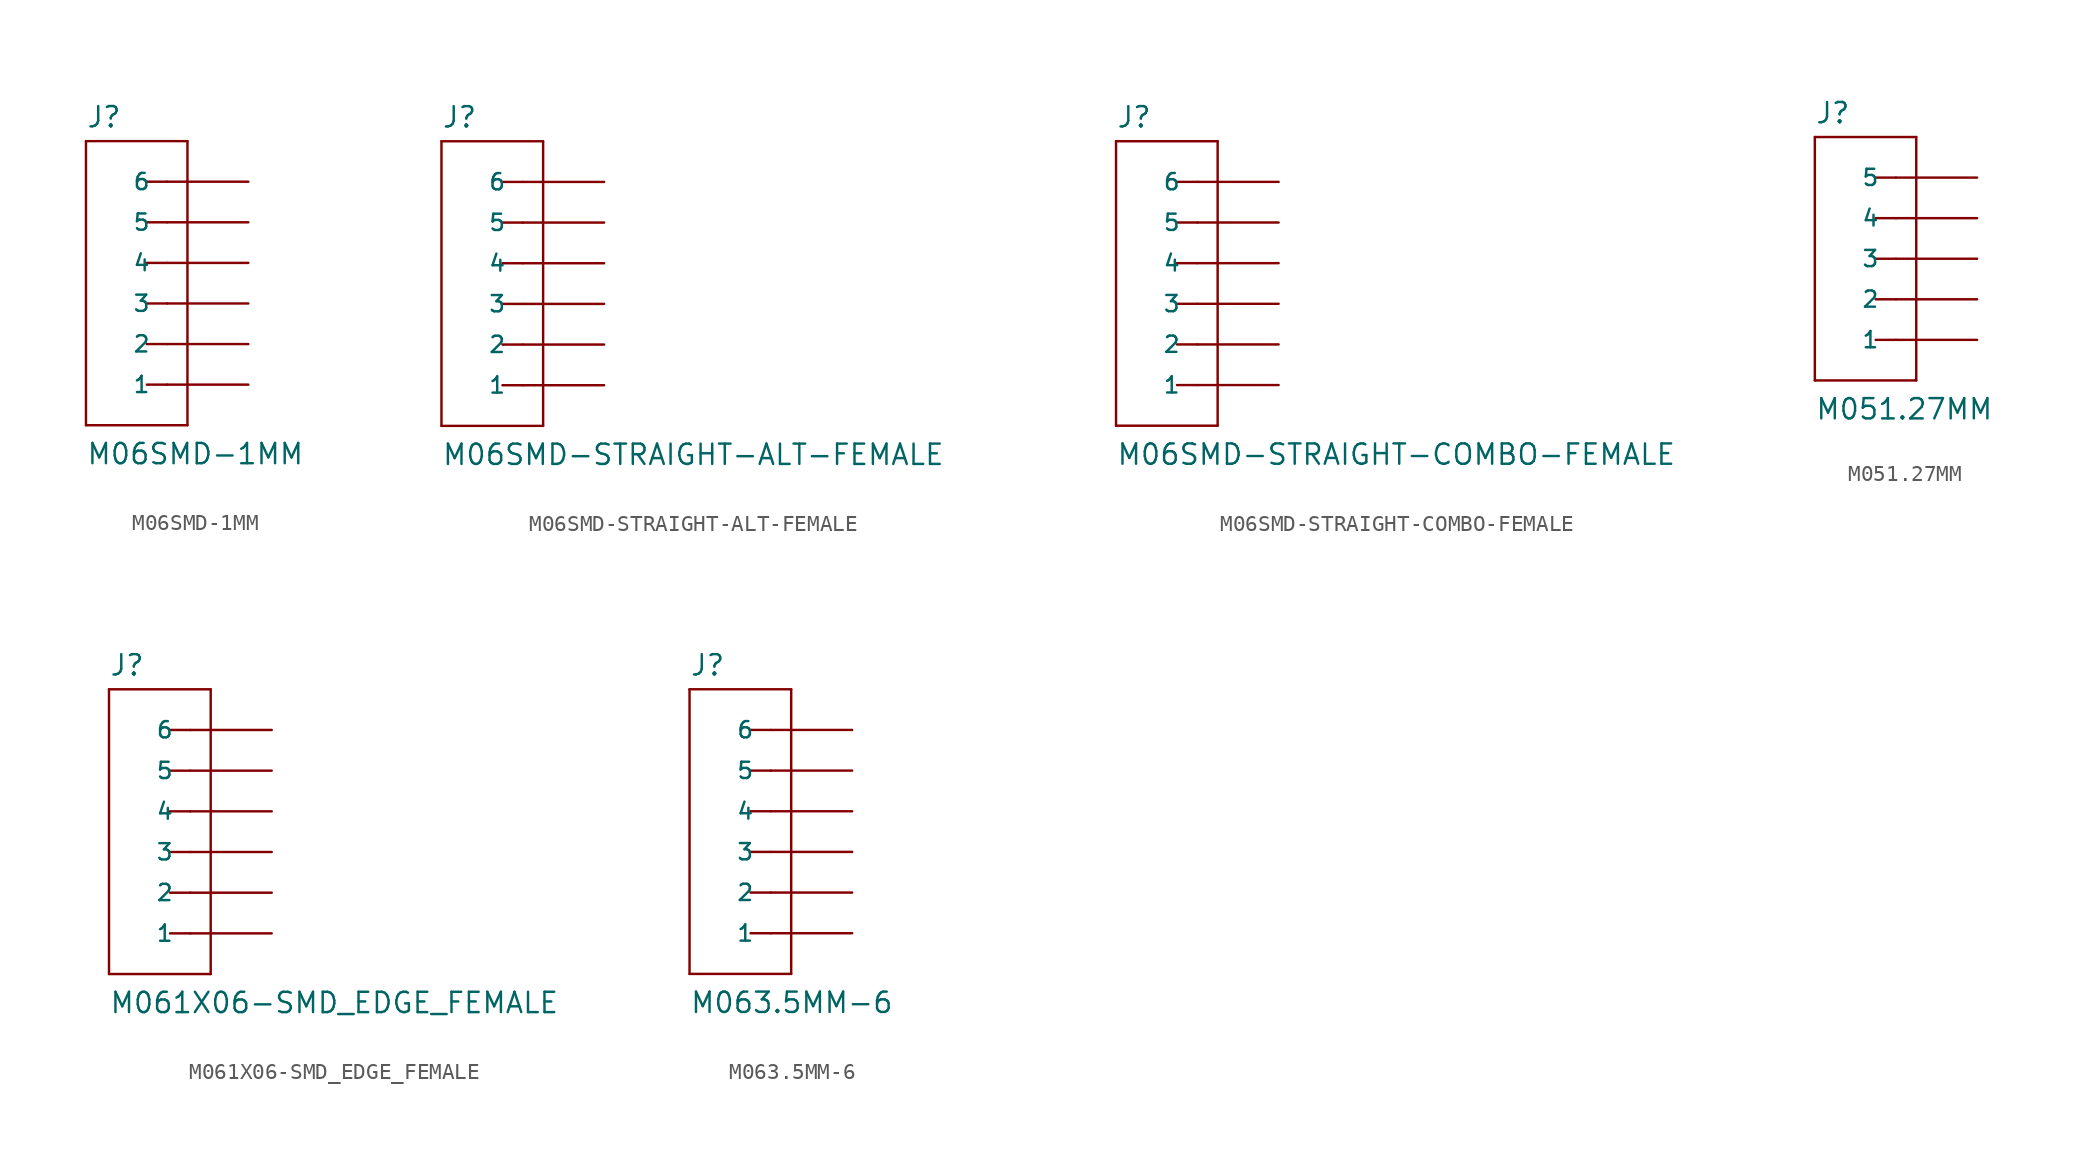
<source format=kicad_sym>
(kicad_symbol_lib
  (version 20211014)
  (generator kicad_symbol_editor)
  (symbol "M06SMD-1MM"
    (pin_numbers hide)
    (pin_names
      (offset 1.016))
    (property "Reference" "J"
      (at -5.08 10.922 0)
      (effects (font (size 1.27 1.27)) (justify left bottom)))
    (property "Value" "M06SMD-1MM"
      (at -5.08 -10.16 0)
      (effects (font (size 1.27 1.27)) (justify left bottom)))
    (property "Datasheet" ""
      (at 0 0 0)
      (effects (font (size 1.524 1.524))))
    (property "ki_locked" ""
      (at 0 0 0)
      (effects (font (size 1.27 1.27))))
    (symbol "M06SMD-1MM_1_0"
      (polyline (pts (xy -5.08 10.16) (xy -5.08 -7.62)) (stroke (width 0) (type default) (color 0 0 0 0)) (fill (type none)))
      (polyline (pts (xy -5.08 10.16) (xy 1.27 10.16)) (stroke (width 0) (type default) (color 0 0 0 0)) (fill (type none)))
      (polyline (pts (xy -1.27 -5.08) (xy 0 -5.08)) (stroke (width 0) (type default) (color 0 0 0 0)) (fill (type none)))
      (polyline (pts (xy -1.27 -2.54) (xy 0 -2.54)) (stroke (width 0) (type default) (color 0 0 0 0)) (fill (type none)))
      (polyline (pts (xy -1.27 0) (xy 0 0)) (stroke (width 0) (type default) (color 0 0 0 0)) (fill (type none)))
      (polyline (pts (xy -1.27 2.54) (xy 0 2.54)) (stroke (width 0) (type default) (color 0 0 0 0)) (fill (type none)))
      (polyline (pts (xy -1.27 5.08) (xy 0 5.08)) (stroke (width 0) (type default) (color 0 0 0 0)) (fill (type none)))
      (polyline (pts (xy -1.27 7.62) (xy 0 7.62)) (stroke (width 0) (type default) (color 0 0 0 0)) (fill (type none)))
      (polyline (pts (xy 1.27 -7.62) (xy -5.08 -7.62)) (stroke (width 0) (type default) (color 0 0 0 0)) (fill (type none)))
      (polyline (pts (xy 1.27 -7.62) (xy 1.27 10.16)) (stroke (width 0) (type default) (color 0 0 0 0)) (fill (type none))))
    (symbol "M06SMD-1MM_1_1"
      (pin passive line (at 5.08 -5.08 180) (length 5.08) (name "1" (effects (font (size 1.016 1.016)))) (number "1" (effects (font (size 1.016 1.016)))))
      (pin passive line (at 5.08 -2.54 180) (length 5.08) (name "2" (effects (font (size 1.016 1.016)))) (number "2" (effects (font (size 1.016 1.016)))))
      (pin passive line (at 5.08 0 180) (length 5.08) (name "3" (effects (font (size 1.016 1.016)))) (number "3" (effects (font (size 1.016 1.016)))))
      (pin passive line (at 5.08 2.54 180) (length 5.08) (name "4" (effects (font (size 1.016 1.016)))) (number "4" (effects (font (size 1.016 1.016)))))
      (pin passive line (at 5.08 5.08 180) (length 5.08) (name "5" (effects (font (size 1.016 1.016)))) (number "5" (effects (font (size 1.016 1.016)))))
      (pin passive line (at 5.08 7.62 180) (length 5.08) (name "6" (effects (font (size 1.016 1.016)))) (number "6" (effects (font (size 1.016 1.016)))))))
  (symbol "M06SMD-STRAIGHT-ALT-FEMALE"
    (pin_numbers hide)
    (pin_names
      (offset 1.016))
    (property "Reference" "J"
      (at -5.08 10.922 0)
      (effects (font (size 1.27 1.27)) (justify left bottom)))
    (property "Value" "M06SMD-STRAIGHT-ALT-FEMALE"
      (at -5.08 -10.16 0)
      (effects (font (size 1.27 1.27)) (justify left bottom)))
    (property "Datasheet" ""
      (at 0 0 0)
      (effects (font (size 1.524 1.524))))
    (property "ki_locked" ""
      (at 0 0 0)
      (effects (font (size 1.27 1.27))))
    (symbol "M06SMD-STRAIGHT-ALT-FEMALE_1_0"
      (polyline (pts (xy -5.08 10.16) (xy -5.08 -7.62)) (stroke (width 0) (type default) (color 0 0 0 0)) (fill (type none)))
      (polyline (pts (xy -5.08 10.16) (xy 1.27 10.16)) (stroke (width 0) (type default) (color 0 0 0 0)) (fill (type none)))
      (polyline (pts (xy -1.27 -5.08) (xy 0 -5.08)) (stroke (width 0) (type default) (color 0 0 0 0)) (fill (type none)))
      (polyline (pts (xy -1.27 -2.54) (xy 0 -2.54)) (stroke (width 0) (type default) (color 0 0 0 0)) (fill (type none)))
      (polyline (pts (xy -1.27 0) (xy 0 0)) (stroke (width 0) (type default) (color 0 0 0 0)) (fill (type none)))
      (polyline (pts (xy -1.27 2.54) (xy 0 2.54)) (stroke (width 0) (type default) (color 0 0 0 0)) (fill (type none)))
      (polyline (pts (xy -1.27 5.08) (xy 0 5.08)) (stroke (width 0) (type default) (color 0 0 0 0)) (fill (type none)))
      (polyline (pts (xy -1.27 7.62) (xy 0 7.62)) (stroke (width 0) (type default) (color 0 0 0 0)) (fill (type none)))
      (polyline (pts (xy 1.27 -7.62) (xy -5.08 -7.62)) (stroke (width 0) (type default) (color 0 0 0 0)) (fill (type none)))
      (polyline (pts (xy 1.27 -7.62) (xy 1.27 10.16)) (stroke (width 0) (type default) (color 0 0 0 0)) (fill (type none))))
    (symbol "M06SMD-STRAIGHT-ALT-FEMALE_1_1"
      (pin passive line (at 5.08 -5.08 180) (length 5.08) (name "1" (effects (font (size 1.016 1.016)))) (number "1" (effects (font (size 1.016 1.016)))))
      (pin passive line (at 5.08 -2.54 180) (length 5.08) (name "2" (effects (font (size 1.016 1.016)))) (number "2" (effects (font (size 1.016 1.016)))))
      (pin passive line (at 5.08 0 180) (length 5.08) (name "3" (effects (font (size 1.016 1.016)))) (number "3" (effects (font (size 1.016 1.016)))))
      (pin passive line (at 5.08 2.54 180) (length 5.08) (name "4" (effects (font (size 1.016 1.016)))) (number "4" (effects (font (size 1.016 1.016)))))
      (pin passive line (at 5.08 5.08 180) (length 5.08) (name "5" (effects (font (size 1.016 1.016)))) (number "5" (effects (font (size 1.016 1.016)))))
      (pin passive line (at 5.08 7.62 180) (length 5.08) (name "6" (effects (font (size 1.016 1.016)))) (number "6" (effects (font (size 1.016 1.016)))))))
  (symbol "M06SMD-STRAIGHT-COMBO-FEMALE"
    (pin_numbers hide)
    (pin_names
      (offset 1.016))
    (property "Reference" "J"
      (at -5.08 10.922 0)
      (effects (font (size 1.27 1.27)) (justify left bottom)))
    (property "Value" "M06SMD-STRAIGHT-COMBO-FEMALE"
      (at -5.08 -10.16 0)
      (effects (font (size 1.27 1.27)) (justify left bottom)))
    (property "Datasheet" ""
      (at 0 0 0)
      (effects (font (size 1.524 1.524))))
    (property "ki_locked" ""
      (at 0 0 0)
      (effects (font (size 1.27 1.27))))
    (symbol "M06SMD-STRAIGHT-COMBO-FEMALE_1_0"
      (polyline (pts (xy -5.08 10.16) (xy -5.08 -7.62)) (stroke (width 0) (type default) (color 0 0 0 0)) (fill (type none)))
      (polyline (pts (xy -5.08 10.16) (xy 1.27 10.16)) (stroke (width 0) (type default) (color 0 0 0 0)) (fill (type none)))
      (polyline (pts (xy -1.27 -5.08) (xy 0 -5.08)) (stroke (width 0) (type default) (color 0 0 0 0)) (fill (type none)))
      (polyline (pts (xy -1.27 -2.54) (xy 0 -2.54)) (stroke (width 0) (type default) (color 0 0 0 0)) (fill (type none)))
      (polyline (pts (xy -1.27 0) (xy 0 0)) (stroke (width 0) (type default) (color 0 0 0 0)) (fill (type none)))
      (polyline (pts (xy -1.27 2.54) (xy 0 2.54)) (stroke (width 0) (type default) (color 0 0 0 0)) (fill (type none)))
      (polyline (pts (xy -1.27 5.08) (xy 0 5.08)) (stroke (width 0) (type default) (color 0 0 0 0)) (fill (type none)))
      (polyline (pts (xy -1.27 7.62) (xy 0 7.62)) (stroke (width 0) (type default) (color 0 0 0 0)) (fill (type none)))
      (polyline (pts (xy 1.27 -7.62) (xy -5.08 -7.62)) (stroke (width 0) (type default) (color 0 0 0 0)) (fill (type none)))
      (polyline (pts (xy 1.27 -7.62) (xy 1.27 10.16)) (stroke (width 0) (type default) (color 0 0 0 0)) (fill (type none))))
    (symbol "M06SMD-STRAIGHT-COMBO-FEMALE_1_1"
      (pin passive line (at 5.08 -5.08 180) (length 5.08) (name "1" (effects (font (size 1.016 1.016)))) (number "1" (effects (font (size 1.016 1.016)))))
      (pin passive line (at 5.08 -2.54 180) (length 5.08) (name "2" (effects (font (size 1.016 1.016)))) (number "2" (effects (font (size 1.016 1.016)))))
      (pin passive line (at 5.08 0 180) (length 5.08) (name "3" (effects (font (size 1.016 1.016)))) (number "3" (effects (font (size 1.016 1.016)))))
      (pin passive line (at 5.08 2.54 180) (length 5.08) (name "4" (effects (font (size 1.016 1.016)))) (number "4" (effects (font (size 1.016 1.016)))))
      (pin passive line (at 5.08 5.08 180) (length 5.08) (name "5" (effects (font (size 1.016 1.016)))) (number "5" (effects (font (size 1.016 1.016)))))
      (pin passive line (at 5.08 7.62 180) (length 5.08) (name "6" (effects (font (size 1.016 1.016)))) (number "6" (effects (font (size 1.016 1.016)))))))
  (symbol "M051.27MM"
    (pin_numbers hide)
    (pin_names
      (offset 1.016))
    (property "Reference" "J"
      (at -2.54 8.382 0)
      (effects (font (size 1.27 1.27)) (justify left bottom)))
    (property "Value" "M051.27MM"
      (at -2.54 -10.16 0)
      (effects (font (size 1.27 1.27)) (justify left bottom)))
    (property "Datasheet" ""
      (at 0 0 0)
      (effects (font (size 1.524 1.524))))
    (property "ki_locked" ""
      (at 0 0 0)
      (effects (font (size 1.27 1.27))))
    (symbol "M051.27MM_1_0"
      (polyline (pts (xy -2.54 7.62) (xy -2.54 -7.62)) (stroke (width 0) (type default) (color 0 0 0 0)) (fill (type none)))
      (polyline (pts (xy -2.54 7.62) (xy 3.81 7.62)) (stroke (width 0) (type default) (color 0 0 0 0)) (fill (type none)))
      (polyline (pts (xy 1.27 -5.08) (xy 2.54 -5.08)) (stroke (width 0) (type default) (color 0 0 0 0)) (fill (type none)))
      (polyline (pts (xy 1.27 -2.54) (xy 2.54 -2.54)) (stroke (width 0) (type default) (color 0 0 0 0)) (fill (type none)))
      (polyline (pts (xy 1.27 0) (xy 2.54 0)) (stroke (width 0) (type default) (color 0 0 0 0)) (fill (type none)))
      (polyline (pts (xy 1.27 2.54) (xy 2.54 2.54)) (stroke (width 0) (type default) (color 0 0 0 0)) (fill (type none)))
      (polyline (pts (xy 1.27 5.08) (xy 2.54 5.08)) (stroke (width 0) (type default) (color 0 0 0 0)) (fill (type none)))
      (polyline (pts (xy 3.81 -7.62) (xy -2.54 -7.62)) (stroke (width 0) (type default) (color 0 0 0 0)) (fill (type none)))
      (polyline (pts (xy 3.81 -7.62) (xy 3.81 7.62)) (stroke (width 0) (type default) (color 0 0 0 0)) (fill (type none))))
    (symbol "M051.27MM_1_1"
      (pin passive line (at 7.62 -5.08 180) (length 5.08) (name "1" (effects (font (size 1.016 1.016)))) (number "1" (effects (font (size 1.016 1.016)))))
      (pin passive line (at 7.62 -2.54 180) (length 5.08) (name "2" (effects (font (size 1.016 1.016)))) (number "2" (effects (font (size 1.016 1.016)))))
      (pin passive line (at 7.62 0 180) (length 5.08) (name "3" (effects (font (size 1.016 1.016)))) (number "3" (effects (font (size 1.016 1.016)))))
      (pin passive line (at 7.62 2.54 180) (length 5.08) (name "4" (effects (font (size 1.016 1.016)))) (number "4" (effects (font (size 1.016 1.016)))))
      (pin passive line (at 7.62 5.08 180) (length 5.08) (name "5" (effects (font (size 1.016 1.016)))) (number "5" (effects (font (size 1.016 1.016)))))))
  (symbol "M061X06-SMD_EDGE_FEMALE"
    (pin_numbers hide)
    (pin_names
      (offset 1.016))
    (property "Reference" "J"
      (at -5.08 10.922 0)
      (effects (font (size 1.27 1.27)) (justify left bottom)))
    (property "Value" "M061X06-SMD_EDGE_FEMALE"
      (at -5.08 -10.16 0)
      (effects (font (size 1.27 1.27)) (justify left bottom)))
    (property "Datasheet" ""
      (at 0 0 0)
      (effects (font (size 1.524 1.524))))
    (property "ki_locked" ""
      (at 0 0 0)
      (effects (font (size 1.27 1.27))))
    (symbol "M061X06-SMD_EDGE_FEMALE_1_0"
      (polyline (pts (xy -5.08 10.16) (xy -5.08 -7.62)) (stroke (width 0) (type default) (color 0 0 0 0)) (fill (type none)))
      (polyline (pts (xy -5.08 10.16) (xy 1.27 10.16)) (stroke (width 0) (type default) (color 0 0 0 0)) (fill (type none)))
      (polyline (pts (xy -1.27 -5.08) (xy 0 -5.08)) (stroke (width 0) (type default) (color 0 0 0 0)) (fill (type none)))
      (polyline (pts (xy -1.27 -2.54) (xy 0 -2.54)) (stroke (width 0) (type default) (color 0 0 0 0)) (fill (type none)))
      (polyline (pts (xy -1.27 0) (xy 0 0)) (stroke (width 0) (type default) (color 0 0 0 0)) (fill (type none)))
      (polyline (pts (xy -1.27 2.54) (xy 0 2.54)) (stroke (width 0) (type default) (color 0 0 0 0)) (fill (type none)))
      (polyline (pts (xy -1.27 5.08) (xy 0 5.08)) (stroke (width 0) (type default) (color 0 0 0 0)) (fill (type none)))
      (polyline (pts (xy -1.27 7.62) (xy 0 7.62)) (stroke (width 0) (type default) (color 0 0 0 0)) (fill (type none)))
      (polyline (pts (xy 1.27 -7.62) (xy -5.08 -7.62)) (stroke (width 0) (type default) (color 0 0 0 0)) (fill (type none)))
      (polyline (pts (xy 1.27 -7.62) (xy 1.27 10.16)) (stroke (width 0) (type default) (color 0 0 0 0)) (fill (type none))))
    (symbol "M061X06-SMD_EDGE_FEMALE_1_1"
      (pin passive line (at 5.08 -5.08 180) (length 5.08) (name "1" (effects (font (size 1.016 1.016)))) (number "1" (effects (font (size 1.016 1.016)))))
      (pin passive line (at 5.08 -2.54 180) (length 5.08) (name "2" (effects (font (size 1.016 1.016)))) (number "2" (effects (font (size 1.016 1.016)))))
      (pin passive line (at 5.08 0 180) (length 5.08) (name "3" (effects (font (size 1.016 1.016)))) (number "3" (effects (font (size 1.016 1.016)))))
      (pin passive line (at 5.08 2.54 180) (length 5.08) (name "4" (effects (font (size 1.016 1.016)))) (number "4" (effects (font (size 1.016 1.016)))))
      (pin passive line (at 5.08 5.08 180) (length 5.08) (name "5" (effects (font (size 1.016 1.016)))) (number "5" (effects (font (size 1.016 1.016)))))
      (pin passive line (at 5.08 7.62 180) (length 5.08) (name "6" (effects (font (size 1.016 1.016)))) (number "6" (effects (font (size 1.016 1.016)))))))
  (symbol "M063.5MM-6"
    (pin_numbers hide)
    (pin_names
      (offset 1.016))
    (property "Reference" "J"
      (at -5.08 10.922 0)
      (effects (font (size 1.27 1.27)) (justify left bottom)))
    (property "Value" "M063.5MM-6"
      (at -5.08 -10.16 0)
      (effects (font (size 1.27 1.27)) (justify left bottom)))
    (property "Datasheet" ""
      (at 0 0 0)
      (effects (font (size 1.524 1.524))))
    (property "ki_locked" ""
      (at 0 0 0)
      (effects (font (size 1.27 1.27))))
    (symbol "M063.5MM-6_1_0"
      (polyline (pts (xy -5.08 10.16) (xy -5.08 -7.62)) (stroke (width 0) (type default) (color 0 0 0 0)) (fill (type none)))
      (polyline (pts (xy -5.08 10.16) (xy 1.27 10.16)) (stroke (width 0) (type default) (color 0 0 0 0)) (fill (type none)))
      (polyline (pts (xy -1.27 -5.08) (xy 0 -5.08)) (stroke (width 0) (type default) (color 0 0 0 0)) (fill (type none)))
      (polyline (pts (xy -1.27 -2.54) (xy 0 -2.54)) (stroke (width 0) (type default) (color 0 0 0 0)) (fill (type none)))
      (polyline (pts (xy -1.27 0) (xy 0 0)) (stroke (width 0) (type default) (color 0 0 0 0)) (fill (type none)))
      (polyline (pts (xy -1.27 2.54) (xy 0 2.54)) (stroke (width 0) (type default) (color 0 0 0 0)) (fill (type none)))
      (polyline (pts (xy -1.27 5.08) (xy 0 5.08)) (stroke (width 0) (type default) (color 0 0 0 0)) (fill (type none)))
      (polyline (pts (xy -1.27 7.62) (xy 0 7.62)) (stroke (width 0) (type default) (color 0 0 0 0)) (fill (type none)))
      (polyline (pts (xy 1.27 -7.62) (xy -5.08 -7.62)) (stroke (width 0) (type default) (color 0 0 0 0)) (fill (type none)))
      (polyline (pts (xy 1.27 -7.62) (xy 1.27 10.16)) (stroke (width 0) (type default) (color 0 0 0 0)) (fill (type none))))
    (symbol "M063.5MM-6_1_1"
      (pin passive line (at 5.08 -5.08 180) (length 5.08) (name "1" (effects (font (size 1.016 1.016)))) (number "1" (effects (font (size 1.016 1.016)))))
      (pin passive line (at 5.08 -2.54 180) (length 5.08) (name "2" (effects (font (size 1.016 1.016)))) (number "2" (effects (font (size 1.016 1.016)))))
      (pin passive line (at 5.08 0 180) (length 5.08) (name "3" (effects (font (size 1.016 1.016)))) (number "3" (effects (font (size 1.016 1.016)))))
      (pin passive line (at 5.08 2.54 180) (length 5.08) (name "4" (effects (font (size 1.016 1.016)))) (number "4" (effects (font (size 1.016 1.016)))))
      (pin passive line (at 5.08 5.08 180) (length 5.08) (name "5" (effects (font (size 1.016 1.016)))) (number "5" (effects (font (size 1.016 1.016)))))
      (pin passive line (at 5.08 7.62 180) (length 5.08) (name "6" (effects (font (size 1.016 1.016)))) (number "6" (effects (font (size 1.016 1.016))))))))
</source>
